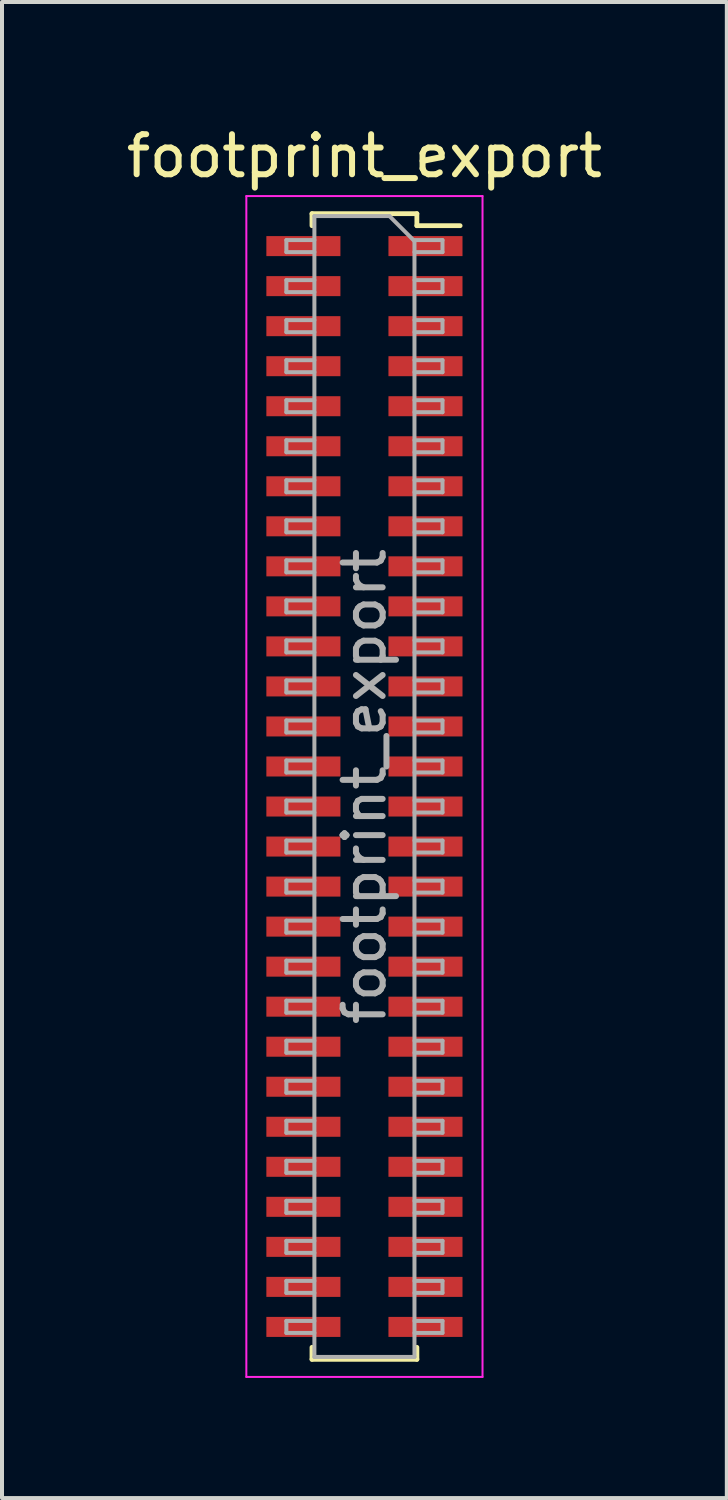
<source format=kicad_pcb>
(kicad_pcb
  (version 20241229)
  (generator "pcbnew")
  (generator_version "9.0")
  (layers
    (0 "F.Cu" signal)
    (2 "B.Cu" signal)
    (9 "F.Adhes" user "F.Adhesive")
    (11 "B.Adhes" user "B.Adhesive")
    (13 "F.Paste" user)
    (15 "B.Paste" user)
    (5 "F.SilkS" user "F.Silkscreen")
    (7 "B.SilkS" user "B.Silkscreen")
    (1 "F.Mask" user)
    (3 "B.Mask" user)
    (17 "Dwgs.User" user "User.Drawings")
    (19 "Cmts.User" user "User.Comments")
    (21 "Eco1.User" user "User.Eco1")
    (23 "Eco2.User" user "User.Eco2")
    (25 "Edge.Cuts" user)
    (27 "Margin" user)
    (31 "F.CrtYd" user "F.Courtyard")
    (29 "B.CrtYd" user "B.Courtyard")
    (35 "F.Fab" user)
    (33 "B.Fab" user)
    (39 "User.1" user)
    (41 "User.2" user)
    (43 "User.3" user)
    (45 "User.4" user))
  (footprint "footprint_export"
    (layer "F.Cu")
    (at 6.054 16.598)
    (property "Reference" "footprint_export" (at 0 -15.75 0) (layer "F.SilkS") (effects (font (size 1 1) (thickness 0.15))))
    (attr smd)
    (fp_line (start -1.31 -14.31) (end -1.31 -14.01) (stroke (width 0.12) (type solid)) (layer "F.SilkS"))
    (fp_line (start -1.31 -14.31) (end 1.31 -14.31) (stroke (width 0.12) (type solid)) (layer "F.SilkS"))
    (fp_line (start -1.31 14.01) (end -1.31 14.31) (stroke (width 0.12) (type solid)) (layer "F.SilkS"))
    (fp_line (start -1.31 14.31) (end 1.31 14.31) (stroke (width 0.12) (type solid)) (layer "F.SilkS"))
    (fp_line (start 1.31 -14.31) (end 1.31 -14.01) (stroke (width 0.12) (type solid)) (layer "F.SilkS"))
    (fp_line (start 1.31 -14.01) (end 2.39 -14.01) (stroke (width 0.12) (type solid)) (layer "F.SilkS"))
    (fp_line (start 1.31 14.01) (end 1.31 14.31) (stroke (width 0.12) (type solid)) (layer "F.SilkS"))
    (fp_line (start -2.95 -14.75) (end 2.95 -14.75) (stroke (width 0.05) (type solid)) (layer "F.CrtYd"))
    (fp_line (start -2.95 14.75) (end -2.95 -14.75) (stroke (width 0.05) (type solid)) (layer "F.CrtYd"))
    (fp_line (start 2.95 -14.75) (end 2.95 14.75) (stroke (width 0.05) (type solid)) (layer "F.CrtYd"))
    (fp_line (start 2.95 14.75) (end -2.95 14.75) (stroke (width 0.05) (type solid)) (layer "F.CrtYd"))
    (fp_line (start -1.95 -13.65) (end -1.25 -13.65) (stroke (width 0.1) (type solid)) (layer "F.Fab"))
    (fp_line (start -1.95 -13.35) (end -1.95 -13.65) (stroke (width 0.1) (type solid)) (layer "F.Fab"))
    (fp_line (start -1.95 -12.65) (end -1.25 -12.65) (stroke (width 0.1) (type solid)) (layer "F.Fab"))
    (fp_line (start -1.95 -12.35) (end -1.95 -12.65) (stroke (width 0.1) (type solid)) (layer "F.Fab"))
    (fp_line (start -1.95 -11.65) (end -1.25 -11.65) (stroke (width 0.1) (type solid)) (layer "F.Fab"))
    (fp_line (start -1.95 -11.35) (end -1.95 -11.65) (stroke (width 0.1) (type solid)) (layer "F.Fab"))
    (fp_line (start -1.95 -10.65) (end -1.25 -10.65) (stroke (width 0.1) (type solid)) (layer "F.Fab"))
    (fp_line (start -1.95 -10.35) (end -1.95 -10.65) (stroke (width 0.1) (type solid)) (layer "F.Fab"))
    (fp_line (start -1.95 -9.65) (end -1.25 -9.65) (stroke (width 0.1) (type solid)) (layer "F.Fab"))
    (fp_line (start -1.95 -9.35) (end -1.95 -9.65) (stroke (width 0.1) (type solid)) (layer "F.Fab"))
    (fp_line (start -1.95 -8.65) (end -1.25 -8.65) (stroke (width 0.1) (type solid)) (layer "F.Fab"))
    (fp_line (start -1.95 -8.35) (end -1.95 -8.65) (stroke (width 0.1) (type solid)) (layer "F.Fab"))
    (fp_line (start -1.95 -7.65) (end -1.25 -7.65) (stroke (width 0.1) (type solid)) (layer "F.Fab"))
    (fp_line (start -1.95 -7.35) (end -1.95 -7.65) (stroke (width 0.1) (type solid)) (layer "F.Fab"))
    (fp_line (start -1.95 -6.65) (end -1.25 -6.65) (stroke (width 0.1) (type solid)) (layer "F.Fab"))
    (fp_line (start -1.95 -6.35) (end -1.95 -6.65) (stroke (width 0.1) (type solid)) (layer "F.Fab"))
    (fp_line (start -1.95 -5.65) (end -1.25 -5.65) (stroke (width 0.1) (type solid)) (layer "F.Fab"))
    (fp_line (start -1.95 -5.35) (end -1.95 -5.65) (stroke (width 0.1) (type solid)) (layer "F.Fab"))
    (fp_line (start -1.95 -4.65) (end -1.25 -4.65) (stroke (width 0.1) (type solid)) (layer "F.Fab"))
    (fp_line (start -1.95 -4.35) (end -1.95 -4.65) (stroke (width 0.1) (type solid)) (layer "F.Fab"))
    (fp_line (start -1.95 -3.65) (end -1.25 -3.65) (stroke (width 0.1) (type solid)) (layer "F.Fab"))
    (fp_line (start -1.95 -3.35) (end -1.95 -3.65) (stroke (width 0.1) (type solid)) (layer "F.Fab"))
    (fp_line (start -1.95 -2.65) (end -1.25 -2.65) (stroke (width 0.1) (type solid)) (layer "F.Fab"))
    (fp_line (start -1.95 -2.35) (end -1.95 -2.65) (stroke (width 0.1) (type solid)) (layer "F.Fab"))
    (fp_line (start -1.95 -1.65) (end -1.25 -1.65) (stroke (width 0.1) (type solid)) (layer "F.Fab"))
    (fp_line (start -1.95 -1.35) (end -1.95 -1.65) (stroke (width 0.1) (type solid)) (layer "F.Fab"))
    (fp_line (start -1.95 -0.65) (end -1.25 -0.65) (stroke (width 0.1) (type solid)) (layer "F.Fab"))
    (fp_line (start -1.95 -0.35) (end -1.95 -0.65) (stroke (width 0.1) (type solid)) (layer "F.Fab"))
    (fp_line (start -1.95 0.35) (end -1.25 0.35) (stroke (width 0.1) (type solid)) (layer "F.Fab"))
    (fp_line (start -1.95 0.65) (end -1.95 0.35) (stroke (width 0.1) (type solid)) (layer "F.Fab"))
    (fp_line (start -1.95 1.35) (end -1.25 1.35) (stroke (width 0.1) (type solid)) (layer "F.Fab"))
    (fp_line (start -1.95 1.65) (end -1.95 1.35) (stroke (width 0.1) (type solid)) (layer "F.Fab"))
    (fp_line (start -1.95 2.35) (end -1.25 2.35) (stroke (width 0.1) (type solid)) (layer "F.Fab"))
    (fp_line (start -1.95 2.65) (end -1.95 2.35) (stroke (width 0.1) (type solid)) (layer "F.Fab"))
    (fp_line (start -1.95 3.35) (end -1.25 3.35) (stroke (width 0.1) (type solid)) (layer "F.Fab"))
    (fp_line (start -1.95 3.65) (end -1.95 3.35) (stroke (width 0.1) (type solid)) (layer "F.Fab"))
    (fp_line (start -1.95 4.35) (end -1.25 4.35) (stroke (width 0.1) (type solid)) (layer "F.Fab"))
    (fp_line (start -1.95 4.65) (end -1.95 4.35) (stroke (width 0.1) (type solid)) (layer "F.Fab"))
    (fp_line (start -1.95 5.35) (end -1.25 5.35) (stroke (width 0.1) (type solid)) (layer "F.Fab"))
    (fp_line (start -1.95 5.65) (end -1.95 5.35) (stroke (width 0.1) (type solid)) (layer "F.Fab"))
    (fp_line (start -1.95 6.35) (end -1.25 6.35) (stroke (width 0.1) (type solid)) (layer "F.Fab"))
    (fp_line (start -1.95 6.65) (end -1.95 6.35) (stroke (width 0.1) (type solid)) (layer "F.Fab"))
    (fp_line (start -1.95 7.35) (end -1.25 7.35) (stroke (width 0.1) (type solid)) (layer "F.Fab"))
    (fp_line (start -1.95 7.65) (end -1.95 7.35) (stroke (width 0.1) (type solid)) (layer "F.Fab"))
    (fp_line (start -1.95 8.35) (end -1.25 8.35) (stroke (width 0.1) (type solid)) (layer "F.Fab"))
    (fp_line (start -1.95 8.65) (end -1.95 8.35) (stroke (width 0.1) (type solid)) (layer "F.Fab"))
    (fp_line (start -1.95 9.35) (end -1.25 9.35) (stroke (width 0.1) (type solid)) (layer "F.Fab"))
    (fp_line (start -1.95 9.65) (end -1.95 9.35) (stroke (width 0.1) (type solid)) (layer "F.Fab"))
    (fp_line (start -1.95 10.35) (end -1.25 10.35) (stroke (width 0.1) (type solid)) (layer "F.Fab"))
    (fp_line (start -1.95 10.65) (end -1.95 10.35) (stroke (width 0.1) (type solid)) (layer "F.Fab"))
    (fp_line (start -1.95 11.35) (end -1.25 11.35) (stroke (width 0.1) (type solid)) (layer "F.Fab"))
    (fp_line (start -1.95 11.65) (end -1.95 11.35) (stroke (width 0.1) (type solid)) (layer "F.Fab"))
    (fp_line (start -1.95 12.35) (end -1.25 12.35) (stroke (width 0.1) (type solid)) (layer "F.Fab"))
    (fp_line (start -1.95 12.65) (end -1.95 12.35) (stroke (width 0.1) (type solid)) (layer "F.Fab"))
    (fp_line (start -1.95 13.35) (end -1.25 13.35) (stroke (width 0.1) (type solid)) (layer "F.Fab"))
    (fp_line (start -1.95 13.65) (end -1.95 13.35) (stroke (width 0.1) (type solid)) (layer "F.Fab"))
    (fp_line (start -1.25 -14.25) (end 0.625 -14.25) (stroke (width 0.1) (type solid)) (layer "F.Fab"))
    (fp_line (start -1.25 -13.35) (end -1.95 -13.35) (stroke (width 0.1) (type solid)) (layer "F.Fab"))
    (fp_line (start -1.25 -12.35) (end -1.95 -12.35) (stroke (width 0.1) (type solid)) (layer "F.Fab"))
    (fp_line (start -1.25 -11.35) (end -1.95 -11.35) (stroke (width 0.1) (type solid)) (layer "F.Fab"))
    (fp_line (start -1.25 -10.35) (end -1.95 -10.35) (stroke (width 0.1) (type solid)) (layer "F.Fab"))
    (fp_line (start -1.25 -9.35) (end -1.95 -9.35) (stroke (width 0.1) (type solid)) (layer "F.Fab"))
    (fp_line (start -1.25 -8.35) (end -1.95 -8.35) (stroke (width 0.1) (type solid)) (layer "F.Fab"))
    (fp_line (start -1.25 -7.35) (end -1.95 -7.35) (stroke (width 0.1) (type solid)) (layer "F.Fab"))
    (fp_line (start -1.25 -6.35) (end -1.95 -6.35) (stroke (width 0.1) (type solid)) (layer "F.Fab"))
    (fp_line (start -1.25 -5.35) (end -1.95 -5.35) (stroke (width 0.1) (type solid)) (layer "F.Fab"))
    (fp_line (start -1.25 -4.35) (end -1.95 -4.35) (stroke (width 0.1) (type solid)) (layer "F.Fab"))
    (fp_line (start -1.25 -3.35) (end -1.95 -3.35) (stroke (width 0.1) (type solid)) (layer "F.Fab"))
    (fp_line (start -1.25 -2.35) (end -1.95 -2.35) (stroke (width 0.1) (type solid)) (layer "F.Fab"))
    (fp_line (start -1.25 -1.35) (end -1.95 -1.35) (stroke (width 0.1) (type solid)) (layer "F.Fab"))
    (fp_line (start -1.25 -0.35) (end -1.95 -0.35) (stroke (width 0.1) (type solid)) (layer "F.Fab"))
    (fp_line (start -1.25 0.65) (end -1.95 0.65) (stroke (width 0.1) (type solid)) (layer "F.Fab"))
    (fp_line (start -1.25 1.65) (end -1.95 1.65) (stroke (width 0.1) (type solid)) (layer "F.Fab"))
    (fp_line (start -1.25 2.65) (end -1.95 2.65) (stroke (width 0.1) (type solid)) (layer "F.Fab"))
    (fp_line (start -1.25 3.65) (end -1.95 3.65) (stroke (width 0.1) (type solid)) (layer "F.Fab"))
    (fp_line (start -1.25 4.65) (end -1.95 4.65) (stroke (width 0.1) (type solid)) (layer "F.Fab"))
    (fp_line (start -1.25 5.65) (end -1.95 5.65) (stroke (width 0.1) (type solid)) (layer "F.Fab"))
    (fp_line (start -1.25 6.65) (end -1.95 6.65) (stroke (width 0.1) (type solid)) (layer "F.Fab"))
    (fp_line (start -1.25 7.65) (end -1.95 7.65) (stroke (width 0.1) (type solid)) (layer "F.Fab"))
    (fp_line (start -1.25 8.65) (end -1.95 8.65) (stroke (width 0.1) (type solid)) (layer "F.Fab"))
    (fp_line (start -1.25 9.65) (end -1.95 9.65) (stroke (width 0.1) (type solid)) (layer "F.Fab"))
    (fp_line (start -1.25 10.65) (end -1.95 10.65) (stroke (width 0.1) (type solid)) (layer "F.Fab"))
    (fp_line (start -1.25 11.65) (end -1.95 11.65) (stroke (width 0.1) (type solid)) (layer "F.Fab"))
    (fp_line (start -1.25 12.65) (end -1.95 12.65) (stroke (width 0.1) (type solid)) (layer "F.Fab"))
    (fp_line (start -1.25 13.65) (end -1.95 13.65) (stroke (width 0.1) (type solid)) (layer "F.Fab"))
    (fp_line (start -1.25 14.25) (end -1.25 -14.25) (stroke (width 0.1) (type solid)) (layer "F.Fab"))
    (fp_line (start 0.625 -14.25) (end 1.25 -13.625) (stroke (width 0.1) (type solid)) (layer "F.Fab"))
    (fp_line (start 1.25 -13.65) (end 1.95 -13.65) (stroke (width 0.1) (type solid)) (layer "F.Fab"))
    (fp_line (start 1.25 -13.625) (end 1.25 14.25) (stroke (width 0.1) (type solid)) (layer "F.Fab"))
    (fp_line (start 1.25 -12.65) (end 1.95 -12.65) (stroke (width 0.1) (type solid)) (layer "F.Fab"))
    (fp_line (start 1.25 -11.65) (end 1.95 -11.65) (stroke (width 0.1) (type solid)) (layer "F.Fab"))
    (fp_line (start 1.25 -10.65) (end 1.95 -10.65) (stroke (width 0.1) (type solid)) (layer "F.Fab"))
    (fp_line (start 1.25 -9.65) (end 1.95 -9.65) (stroke (width 0.1) (type solid)) (layer "F.Fab"))
    (fp_line (start 1.25 -8.65) (end 1.95 -8.65) (stroke (width 0.1) (type solid)) (layer "F.Fab"))
    (fp_line (start 1.25 -7.65) (end 1.95 -7.65) (stroke (width 0.1) (type solid)) (layer "F.Fab"))
    (fp_line (start 1.25 -6.65) (end 1.95 -6.65) (stroke (width 0.1) (type solid)) (layer "F.Fab"))
    (fp_line (start 1.25 -5.65) (end 1.95 -5.65) (stroke (width 0.1) (type solid)) (layer "F.Fab"))
    (fp_line (start 1.25 -4.65) (end 1.95 -4.65) (stroke (width 0.1) (type solid)) (layer "F.Fab"))
    (fp_line (start 1.25 -3.65) (end 1.95 -3.65) (stroke (width 0.1) (type solid)) (layer "F.Fab"))
    (fp_line (start 1.25 -2.65) (end 1.95 -2.65) (stroke (width 0.1) (type solid)) (layer "F.Fab"))
    (fp_line (start 1.25 -1.65) (end 1.95 -1.65) (stroke (width 0.1) (type solid)) (layer "F.Fab"))
    (fp_line (start 1.25 -0.65) (end 1.95 -0.65) (stroke (width 0.1) (type solid)) (layer "F.Fab"))
    (fp_line (start 1.25 0.35) (end 1.95 0.35) (stroke (width 0.1) (type solid)) (layer "F.Fab"))
    (fp_line (start 1.25 1.35) (end 1.95 1.35) (stroke (width 0.1) (type solid)) (layer "F.Fab"))
    (fp_line (start 1.25 2.35) (end 1.95 2.35) (stroke (width 0.1) (type solid)) (layer "F.Fab"))
    (fp_line (start 1.25 3.35) (end 1.95 3.35) (stroke (width 0.1) (type solid)) (layer "F.Fab"))
    (fp_line (start 1.25 4.35) (end 1.95 4.35) (stroke (width 0.1) (type solid)) (layer "F.Fab"))
    (fp_line (start 1.25 5.35) (end 1.95 5.35) (stroke (width 0.1) (type solid)) (layer "F.Fab"))
    (fp_line (start 1.25 6.35) (end 1.95 6.35) (stroke (width 0.1) (type solid)) (layer "F.Fab"))
    (fp_line (start 1.25 7.35) (end 1.95 7.35) (stroke (width 0.1) (type solid)) (layer "F.Fab"))
    (fp_line (start 1.25 8.35) (end 1.95 8.35) (stroke (width 0.1) (type solid)) (layer "F.Fab"))
    (fp_line (start 1.25 9.35) (end 1.95 9.35) (stroke (width 0.1) (type solid)) (layer "F.Fab"))
    (fp_line (start 1.25 10.35) (end 1.95 10.35) (stroke (width 0.1) (type solid)) (layer "F.Fab"))
    (fp_line (start 1.25 11.35) (end 1.95 11.35) (stroke (width 0.1) (type solid)) (layer "F.Fab"))
    (fp_line (start 1.25 12.35) (end 1.95 12.35) (stroke (width 0.1) (type solid)) (layer "F.Fab"))
    (fp_line (start 1.25 13.35) (end 1.95 13.35) (stroke (width 0.1) (type solid)) (layer "F.Fab"))
    (fp_line (start 1.25 14.25) (end -1.25 14.25) (stroke (width 0.1) (type solid)) (layer "F.Fab"))
    (fp_line (start 1.95 -13.65) (end 1.95 -13.35) (stroke (width 0.1) (type solid)) (layer "F.Fab"))
    (fp_line (start 1.95 -13.35) (end 1.25 -13.35) (stroke (width 0.1) (type solid)) (layer "F.Fab"))
    (fp_line (start 1.95 -12.65) (end 1.95 -12.35) (stroke (width 0.1) (type solid)) (layer "F.Fab"))
    (fp_line (start 1.95 -12.35) (end 1.25 -12.35) (stroke (width 0.1) (type solid)) (layer "F.Fab"))
    (fp_line (start 1.95 -11.65) (end 1.95 -11.35) (stroke (width 0.1) (type solid)) (layer "F.Fab"))
    (fp_line (start 1.95 -11.35) (end 1.25 -11.35) (stroke (width 0.1) (type solid)) (layer "F.Fab"))
    (fp_line (start 1.95 -10.65) (end 1.95 -10.35) (stroke (width 0.1) (type solid)) (layer "F.Fab"))
    (fp_line (start 1.95 -10.35) (end 1.25 -10.35) (stroke (width 0.1) (type solid)) (layer "F.Fab"))
    (fp_line (start 1.95 -9.65) (end 1.95 -9.35) (stroke (width 0.1) (type solid)) (layer "F.Fab"))
    (fp_line (start 1.95 -9.35) (end 1.25 -9.35) (stroke (width 0.1) (type solid)) (layer "F.Fab"))
    (fp_line (start 1.95 -8.65) (end 1.95 -8.35) (stroke (width 0.1) (type solid)) (layer "F.Fab"))
    (fp_line (start 1.95 -8.35) (end 1.25 -8.35) (stroke (width 0.1) (type solid)) (layer "F.Fab"))
    (fp_line (start 1.95 -7.65) (end 1.95 -7.35) (stroke (width 0.1) (type solid)) (layer "F.Fab"))
    (fp_line (start 1.95 -7.35) (end 1.25 -7.35) (stroke (width 0.1) (type solid)) (layer "F.Fab"))
    (fp_line (start 1.95 -6.65) (end 1.95 -6.35) (stroke (width 0.1) (type solid)) (layer "F.Fab"))
    (fp_line (start 1.95 -6.35) (end 1.25 -6.35) (stroke (width 0.1) (type solid)) (layer "F.Fab"))
    (fp_line (start 1.95 -5.65) (end 1.95 -5.35) (stroke (width 0.1) (type solid)) (layer "F.Fab"))
    (fp_line (start 1.95 -5.35) (end 1.25 -5.35) (stroke (width 0.1) (type solid)) (layer "F.Fab"))
    (fp_line (start 1.95 -4.65) (end 1.95 -4.35) (stroke (width 0.1) (type solid)) (layer "F.Fab"))
    (fp_line (start 1.95 -4.35) (end 1.25 -4.35) (stroke (width 0.1) (type solid)) (layer "F.Fab"))
    (fp_line (start 1.95 -3.65) (end 1.95 -3.35) (stroke (width 0.1) (type solid)) (layer "F.Fab"))
    (fp_line (start 1.95 -3.35) (end 1.25 -3.35) (stroke (width 0.1) (type solid)) (layer "F.Fab"))
    (fp_line (start 1.95 -2.65) (end 1.95 -2.35) (stroke (width 0.1) (type solid)) (layer "F.Fab"))
    (fp_line (start 1.95 -2.35) (end 1.25 -2.35) (stroke (width 0.1) (type solid)) (layer "F.Fab"))
    (fp_line (start 1.95 -1.65) (end 1.95 -1.35) (stroke (width 0.1) (type solid)) (layer "F.Fab"))
    (fp_line (start 1.95 -1.35) (end 1.25 -1.35) (stroke (width 0.1) (type solid)) (layer "F.Fab"))
    (fp_line (start 1.95 -0.65) (end 1.95 -0.35) (stroke (width 0.1) (type solid)) (layer "F.Fab"))
    (fp_line (start 1.95 -0.35) (end 1.25 -0.35) (stroke (width 0.1) (type solid)) (layer "F.Fab"))
    (fp_line (start 1.95 0.35) (end 1.95 0.65) (stroke (width 0.1) (type solid)) (layer "F.Fab"))
    (fp_line (start 1.95 0.65) (end 1.25 0.65) (stroke (width 0.1) (type solid)) (layer "F.Fab"))
    (fp_line (start 1.95 1.35) (end 1.95 1.65) (stroke (width 0.1) (type solid)) (layer "F.Fab"))
    (fp_line (start 1.95 1.65) (end 1.25 1.65) (stroke (width 0.1) (type solid)) (layer "F.Fab"))
    (fp_line (start 1.95 2.35) (end 1.95 2.65) (stroke (width 0.1) (type solid)) (layer "F.Fab"))
    (fp_line (start 1.95 2.65) (end 1.25 2.65) (stroke (width 0.1) (type solid)) (layer "F.Fab"))
    (fp_line (start 1.95 3.35) (end 1.95 3.65) (stroke (width 0.1) (type solid)) (layer "F.Fab"))
    (fp_line (start 1.95 3.65) (end 1.25 3.65) (stroke (width 0.1) (type solid)) (layer "F.Fab"))
    (fp_line (start 1.95 4.35) (end 1.95 4.65) (stroke (width 0.1) (type solid)) (layer "F.Fab"))
    (fp_line (start 1.95 4.65) (end 1.25 4.65) (stroke (width 0.1) (type solid)) (layer "F.Fab"))
    (fp_line (start 1.95 5.35) (end 1.95 5.65) (stroke (width 0.1) (type solid)) (layer "F.Fab"))
    (fp_line (start 1.95 5.65) (end 1.25 5.65) (stroke (width 0.1) (type solid)) (layer "F.Fab"))
    (fp_line (start 1.95 6.35) (end 1.95 6.65) (stroke (width 0.1) (type solid)) (layer "F.Fab"))
    (fp_line (start 1.95 6.65) (end 1.25 6.65) (stroke (width 0.1) (type solid)) (layer "F.Fab"))
    (fp_line (start 1.95 7.35) (end 1.95 7.65) (stroke (width 0.1) (type solid)) (layer "F.Fab"))
    (fp_line (start 1.95 7.65) (end 1.25 7.65) (stroke (width 0.1) (type solid)) (layer "F.Fab"))
    (fp_line (start 1.95 8.35) (end 1.95 8.65) (stroke (width 0.1) (type solid)) (layer "F.Fab"))
    (fp_line (start 1.95 8.65) (end 1.25 8.65) (stroke (width 0.1) (type solid)) (layer "F.Fab"))
    (fp_line (start 1.95 9.35) (end 1.95 9.65) (stroke (width 0.1) (type solid)) (layer "F.Fab"))
    (fp_line (start 1.95 9.65) (end 1.25 9.65) (stroke (width 0.1) (type solid)) (layer "F.Fab"))
    (fp_line (start 1.95 10.35) (end 1.95 10.65) (stroke (width 0.1) (type solid)) (layer "F.Fab"))
    (fp_line (start 1.95 10.65) (end 1.25 10.65) (stroke (width 0.1) (type solid)) (layer "F.Fab"))
    (fp_line (start 1.95 11.35) (end 1.95 11.65) (stroke (width 0.1) (type solid)) (layer "F.Fab"))
    (fp_line (start 1.95 11.65) (end 1.25 11.65) (stroke (width 0.1) (type solid)) (layer "F.Fab"))
    (fp_line (start 1.95 12.35) (end 1.95 12.65) (stroke (width 0.1) (type solid)) (layer "F.Fab"))
    (fp_line (start 1.95 12.65) (end 1.25 12.65) (stroke (width 0.1) (type solid)) (layer "F.Fab"))
    (fp_line (start 1.95 13.35) (end 1.95 13.65) (stroke (width 0.1) (type solid)) (layer "F.Fab"))
    (fp_line (start 1.95 13.65) (end 1.25 13.65) (stroke (width 0.1) (type solid)) (layer "F.Fab"))
    (fp_text user "${REFERENCE}" (at 0 0 90) (layer "F.Fab") (effects (font (size 1 1) (thickness 0.15))))
    (pad "1" smd rect (at 1.525 -13.5) (size 1.85 0.5) (layers "F.Cu" "F.Mask" "F.Paste"))
    (pad "2" smd rect (at -1.525 -13.5) (size 1.85 0.5) (layers "F.Cu" "F.Mask" "F.Paste"))
    (pad "3" smd rect (at 1.525 -12.5) (size 1.85 0.5) (layers "F.Cu" "F.Mask" "F.Paste"))
    (pad "4" smd rect (at -1.525 -12.5) (size 1.85 0.5) (layers "F.Cu" "F.Mask" "F.Paste"))
    (pad "5" smd rect (at 1.525 -11.5) (size 1.85 0.5) (layers "F.Cu" "F.Mask" "F.Paste"))
    (pad "6" smd rect (at -1.525 -11.5) (size 1.85 0.5) (layers "F.Cu" "F.Mask" "F.Paste"))
    (pad "7" smd rect (at 1.525 -10.5) (size 1.85 0.5) (layers "F.Cu" "F.Mask" "F.Paste"))
    (pad "8" smd rect (at -1.525 -10.5) (size 1.85 0.5) (layers "F.Cu" "F.Mask" "F.Paste"))
    (pad "9" smd rect (at 1.525 -9.5) (size 1.85 0.5) (layers "F.Cu" "F.Mask" "F.Paste"))
    (pad "10" smd rect (at -1.525 -9.5) (size 1.85 0.5) (layers "F.Cu" "F.Mask" "F.Paste"))
    (pad "11" smd rect (at 1.525 -8.5) (size 1.85 0.5) (layers "F.Cu" "F.Mask" "F.Paste"))
    (pad "12" smd rect (at -1.525 -8.5) (size 1.85 0.5) (layers "F.Cu" "F.Mask" "F.Paste"))
    (pad "13" smd rect (at 1.525 -7.5) (size 1.85 0.5) (layers "F.Cu" "F.Mask" "F.Paste"))
    (pad "14" smd rect (at -1.525 -7.5) (size 1.85 0.5) (layers "F.Cu" "F.Mask" "F.Paste"))
    (pad "15" smd rect (at 1.525 -6.5) (size 1.85 0.5) (layers "F.Cu" "F.Mask" "F.Paste"))
    (pad "16" smd rect (at -1.525 -6.5) (size 1.85 0.5) (layers "F.Cu" "F.Mask" "F.Paste"))
    (pad "17" smd rect (at 1.525 -5.5) (size 1.85 0.5) (layers "F.Cu" "F.Mask" "F.Paste"))
    (pad "18" smd rect (at -1.525 -5.5) (size 1.85 0.5) (layers "F.Cu" "F.Mask" "F.Paste"))
    (pad "19" smd rect (at 1.525 -4.5) (size 1.85 0.5) (layers "F.Cu" "F.Mask" "F.Paste"))
    (pad "20" smd rect (at -1.525 -4.5) (size 1.85 0.5) (layers "F.Cu" "F.Mask" "F.Paste"))
    (pad "21" smd rect (at 1.525 -3.5) (size 1.85 0.5) (layers "F.Cu" "F.Mask" "F.Paste"))
    (pad "22" smd rect (at -1.525 -3.5) (size 1.85 0.5) (layers "F.Cu" "F.Mask" "F.Paste"))
    (pad "23" smd rect (at 1.525 -2.5) (size 1.85 0.5) (layers "F.Cu" "F.Mask" "F.Paste"))
    (pad "24" smd rect (at -1.525 -2.5) (size 1.85 0.5) (layers "F.Cu" "F.Mask" "F.Paste"))
    (pad "25" smd rect (at 1.525 -1.5) (size 1.85 0.5) (layers "F.Cu" "F.Mask" "F.Paste"))
    (pad "26" smd rect (at -1.525 -1.5) (size 1.85 0.5) (layers "F.Cu" "F.Mask" "F.Paste"))
    (pad "27" smd rect (at 1.525 -0.5) (size 1.85 0.5) (layers "F.Cu" "F.Mask" "F.Paste"))
    (pad "28" smd rect (at -1.525 -0.5) (size 1.85 0.5) (layers "F.Cu" "F.Mask" "F.Paste"))
    (pad "29" smd rect (at 1.525 0.5) (size 1.85 0.5) (layers "F.Cu" "F.Mask" "F.Paste"))
    (pad "30" smd rect (at -1.525 0.5) (size 1.85 0.5) (layers "F.Cu" "F.Mask" "F.Paste"))
    (pad "31" smd rect (at 1.525 1.5) (size 1.85 0.5) (layers "F.Cu" "F.Mask" "F.Paste"))
    (pad "32" smd rect (at -1.525 1.5) (size 1.85 0.5) (layers "F.Cu" "F.Mask" "F.Paste"))
    (pad "33" smd rect (at 1.525 2.5) (size 1.85 0.5) (layers "F.Cu" "F.Mask" "F.Paste"))
    (pad "34" smd rect (at -1.525 2.5) (size 1.85 0.5) (layers "F.Cu" "F.Mask" "F.Paste"))
    (pad "35" smd rect (at 1.525 3.5) (size 1.85 0.5) (layers "F.Cu" "F.Mask" "F.Paste"))
    (pad "36" smd rect (at -1.525 3.5) (size 1.85 0.5) (layers "F.Cu" "F.Mask" "F.Paste"))
    (pad "37" smd rect (at 1.525 4.5) (size 1.85 0.5) (layers "F.Cu" "F.Mask" "F.Paste"))
    (pad "38" smd rect (at -1.525 4.5) (size 1.85 0.5) (layers "F.Cu" "F.Mask" "F.Paste"))
    (pad "39" smd rect (at 1.525 5.5) (size 1.85 0.5) (layers "F.Cu" "F.Mask" "F.Paste"))
    (pad "40" smd rect (at -1.525 5.5) (size 1.85 0.5) (layers "F.Cu" "F.Mask" "F.Paste"))
    (pad "41" smd rect (at 1.525 6.5) (size 1.85 0.5) (layers "F.Cu" "F.Mask" "F.Paste"))
    (pad "42" smd rect (at -1.525 6.5) (size 1.85 0.5) (layers "F.Cu" "F.Mask" "F.Paste"))
    (pad "43" smd rect (at 1.525 7.5) (size 1.85 0.5) (layers "F.Cu" "F.Mask" "F.Paste"))
    (pad "44" smd rect (at -1.525 7.5) (size 1.85 0.5) (layers "F.Cu" "F.Mask" "F.Paste"))
    (pad "45" smd rect (at 1.525 8.5) (size 1.85 0.5) (layers "F.Cu" "F.Mask" "F.Paste"))
    (pad "46" smd rect (at -1.525 8.5) (size 1.85 0.5) (layers "F.Cu" "F.Mask" "F.Paste"))
    (pad "47" smd rect (at 1.525 9.5) (size 1.85 0.5) (layers "F.Cu" "F.Mask" "F.Paste"))
    (pad "48" smd rect (at -1.525 9.5) (size 1.85 0.5) (layers "F.Cu" "F.Mask" "F.Paste"))
    (pad "49" smd rect (at 1.525 10.5) (size 1.85 0.5) (layers "F.Cu" "F.Mask" "F.Paste"))
    (pad "50" smd rect (at -1.525 10.5) (size 1.85 0.5) (layers "F.Cu" "F.Mask" "F.Paste"))
    (pad "51" smd rect (at 1.525 11.5) (size 1.85 0.5) (layers "F.Cu" "F.Mask" "F.Paste"))
    (pad "52" smd rect (at -1.525 11.5) (size 1.85 0.5) (layers "F.Cu" "F.Mask" "F.Paste"))
    (pad "53" smd rect (at 1.525 12.5) (size 1.85 0.5) (layers "F.Cu" "F.Mask" "F.Paste"))
    (pad "54" smd rect (at -1.525 12.5) (size 1.85 0.5) (layers "F.Cu" "F.Mask" "F.Paste"))
    (pad "55" smd rect (at 1.525 13.5) (size 1.85 0.5) (layers "F.Cu" "F.Mask" "F.Paste"))
    (pad "56" smd rect (at -1.525 13.5) (size 1.85 0.5) (layers "F.Cu" "F.Mask" "F.Paste")))
  (gr_rect
    (start -3 -3)
    (end 15.107 34.373)
    (stroke (width 0.1) (type default))
    (fill no)
    (layer "Edge.Cuts")))
</source>
